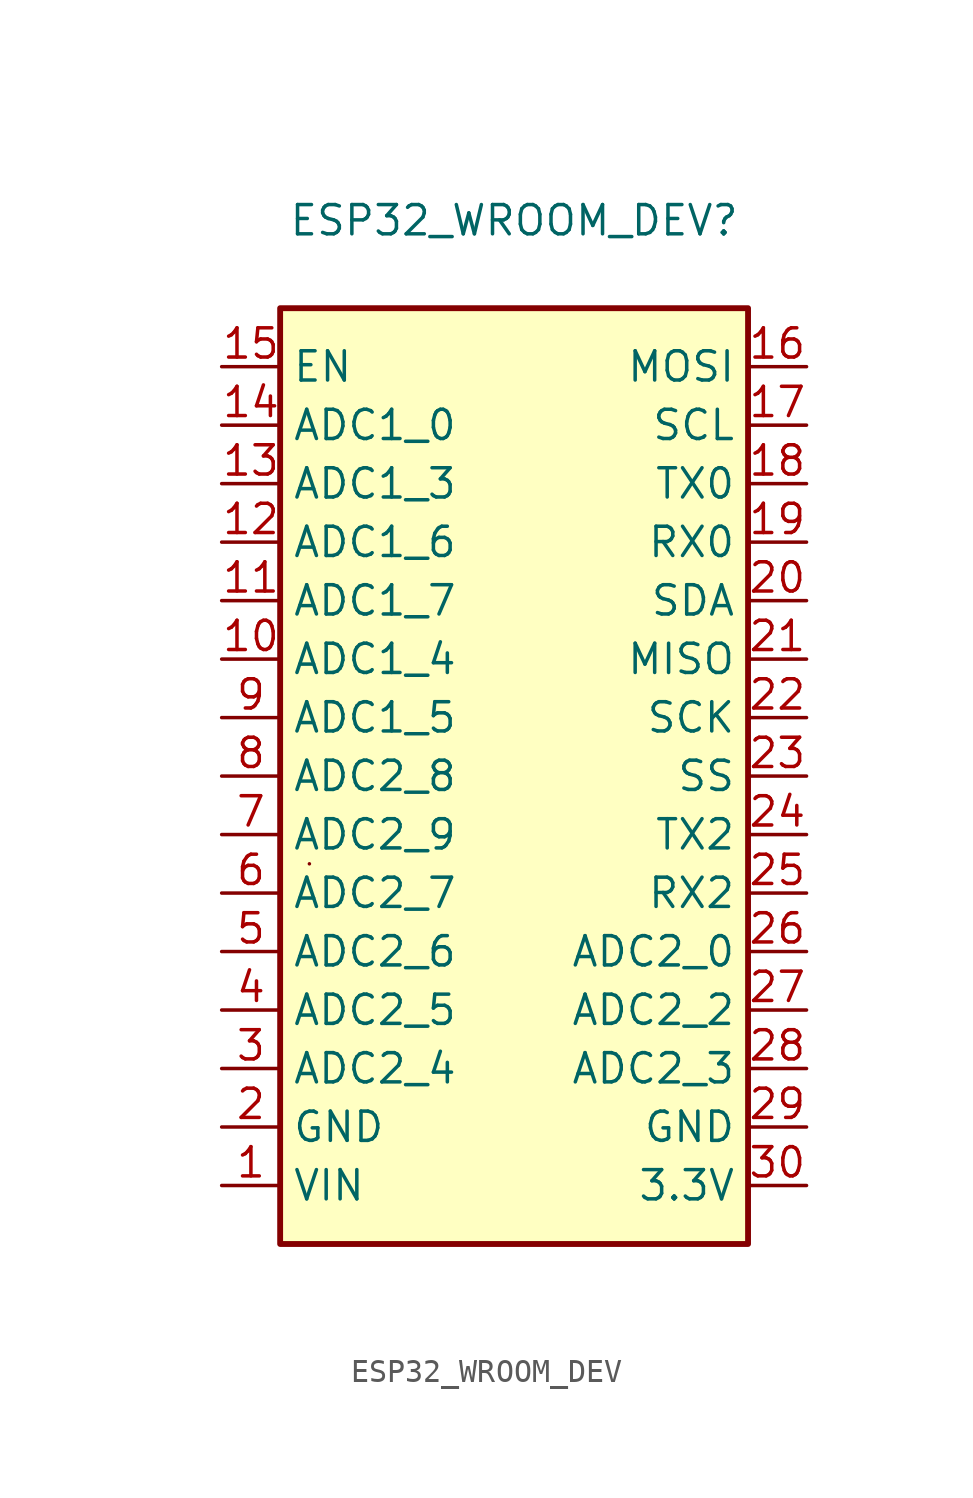
<source format=kicad_sym>
(kicad_symbol_lib
  (version 20220914)
  (generator kicad_symbol_editor)
  (symbol "ESP32_WROOM_DEV"
    (property "Reference" "ESP32_WROOM_DEV"
      (at 24.13 -8.89 0)
      (effects (font (size 1.27 1.27))))
    (property "Value" ""
      (at 8.89 -35.56 0)
      (effects (font (size 1.27 1.27))))
    (symbol "ESP32_WROOM_DEV_0_1"
      (rectangle (start 13.97 -12.7) (end 34.29 -53.34) (stroke (width 0.254) (type default)) (fill (type background)))
      (rectangle (start 15.24 -36.83) (end 15.24 -36.83) (stroke (width 0) (type default)) (fill (type none))))
    (symbol "ESP32_WROOM_DEV_1_1"
      (pin power_in line (at 11.43 -50.8 0) (length 2.54) (name "VIN" (effects (font (size 1.27 1.27)))) (number "1" (effects (font (size 1.27 1.27)))))
      (pin bidirectional line (at 11.43 -27.94 0) (length 2.54) (name "ADC1_4" (effects (font (size 1.27 1.27)))) (number "10" (effects (font (size 1.27 1.27)))))
      (pin bidirectional line (at 11.43 -25.4 0) (length 2.54) (name "ADC1_7" (effects (font (size 1.27 1.27)))) (number "11" (effects (font (size 1.27 1.27)))))
      (pin bidirectional line (at 11.43 -22.86 0) (length 2.54) (name "ADC1_6" (effects (font (size 1.27 1.27)))) (number "12" (effects (font (size 1.27 1.27)))))
      (pin bidirectional line (at 11.43 -20.32 0) (length 2.54) (name "ADC1_3" (effects (font (size 1.27 1.27)))) (number "13" (effects (font (size 1.27 1.27)))))
      (pin bidirectional line (at 11.43 -17.78 0) (length 2.54) (name "ADC1_0" (effects (font (size 1.27 1.27)))) (number "14" (effects (font (size 1.27 1.27)))))
      (pin power_in line (at 11.43 -15.24 0) (length 2.54) (name "EN" (effects (font (size 1.27 1.27)))) (number "15" (effects (font (size 1.27 1.27)))))
      (pin bidirectional line (at 36.83 -15.24 180) (length 2.54) (name "MOSI" (effects (font (size 1.27 1.27)))) (number "16" (effects (font (size 1.27 1.27)))))
      (pin bidirectional line (at 36.83 -17.78 180) (length 2.54) (name "SCL" (effects (font (size 1.27 1.27)))) (number "17" (effects (font (size 1.27 1.27)))))
      (pin bidirectional line (at 36.83 -20.32 180) (length 2.54) (name "TX0" (effects (font (size 1.27 1.27)))) (number "18" (effects (font (size 1.27 1.27)))))
      (pin bidirectional line (at 36.83 -22.86 180) (length 2.54) (name "RX0" (effects (font (size 1.27 1.27)))) (number "19" (effects (font (size 1.27 1.27)))))
      (pin power_in line (at 11.43 -48.26 0) (length 2.54) (name "GND" (effects (font (size 1.27 1.27)))) (number "2" (effects (font (size 1.27 1.27)))))
      (pin bidirectional line (at 36.83 -25.4 180) (length 2.54) (name "SDA" (effects (font (size 1.27 1.27)))) (number "20" (effects (font (size 1.27 1.27)))))
      (pin bidirectional line (at 36.83 -27.94 180) (length 2.54) (name "MISO" (effects (font (size 1.27 1.27)))) (number "21" (effects (font (size 1.27 1.27)))))
      (pin bidirectional line (at 36.83 -30.48 180) (length 2.54) (name "SCK" (effects (font (size 1.27 1.27)))) (number "22" (effects (font (size 1.27 1.27)))))
      (pin bidirectional line (at 36.83 -33.02 180) (length 2.54) (name "SS" (effects (font (size 1.27 1.27)))) (number "23" (effects (font (size 1.27 1.27)))))
      (pin bidirectional line (at 36.83 -35.56 180) (length 2.54) (name "TX2" (effects (font (size 1.27 1.27)))) (number "24" (effects (font (size 1.27 1.27)))))
      (pin bidirectional line (at 36.83 -38.1 180) (length 2.54) (name "RX2" (effects (font (size 1.27 1.27)))) (number "25" (effects (font (size 1.27 1.27)))))
      (pin bidirectional line (at 36.83 -40.64 180) (length 2.54) (name "ADC2_0" (effects (font (size 1.27 1.27)))) (number "26" (effects (font (size 1.27 1.27)))))
      (pin bidirectional line (at 36.83 -43.18 180) (length 2.54) (name "ADC2_2" (effects (font (size 1.27 1.27)))) (number "27" (effects (font (size 1.27 1.27)))))
      (pin bidirectional line (at 36.83 -45.72 180) (length 2.54) (name "ADC2_3" (effects (font (size 1.27 1.27)))) (number "28" (effects (font (size 1.27 1.27)))))
      (pin power_in line (at 36.83 -48.26 180) (length 2.54) (name "GND" (effects (font (size 1.27 1.27)))) (number "29" (effects (font (size 1.27 1.27)))))
      (pin bidirectional line (at 11.43 -45.72 0) (length 2.54) (name "ADC2_4" (effects (font (size 1.27 1.27)))) (number "3" (effects (font (size 1.27 1.27)))))
      (pin power_in line (at 36.83 -50.8 180) (length 2.54) (name "3.3V" (effects (font (size 1.27 1.27)))) (number "30" (effects (font (size 1.27 1.27)))))
      (pin bidirectional line (at 11.43 -43.18 0) (length 2.54) (name "ADC2_5" (effects (font (size 1.27 1.27)))) (number "4" (effects (font (size 1.27 1.27)))))
      (pin bidirectional line (at 11.43 -40.64 0) (length 2.54) (name "ADC2_6" (effects (font (size 1.27 1.27)))) (number "5" (effects (font (size 1.27 1.27)))))
      (pin bidirectional line (at 11.43 -38.1 0) (length 2.54) (name "ADC2_7" (effects (font (size 1.27 1.27)))) (number "6" (effects (font (size 1.27 1.27)))))
      (pin bidirectional line (at 11.43 -35.56 0) (length 2.54) (name "ADC2_9" (effects (font (size 1.27 1.27)))) (number "7" (effects (font (size 1.27 1.27)))))
      (pin bidirectional line (at 11.43 -33.02 0) (length 2.54) (name "ADC2_8" (effects (font (size 1.27 1.27)))) (number "8" (effects (font (size 1.27 1.27)))))
      (pin bidirectional line (at 11.43 -30.48 0) (length 2.54) (name "ADC1_5" (effects (font (size 1.27 1.27)))) (number "9" (effects (font (size 1.27 1.27))))))))
</source>
